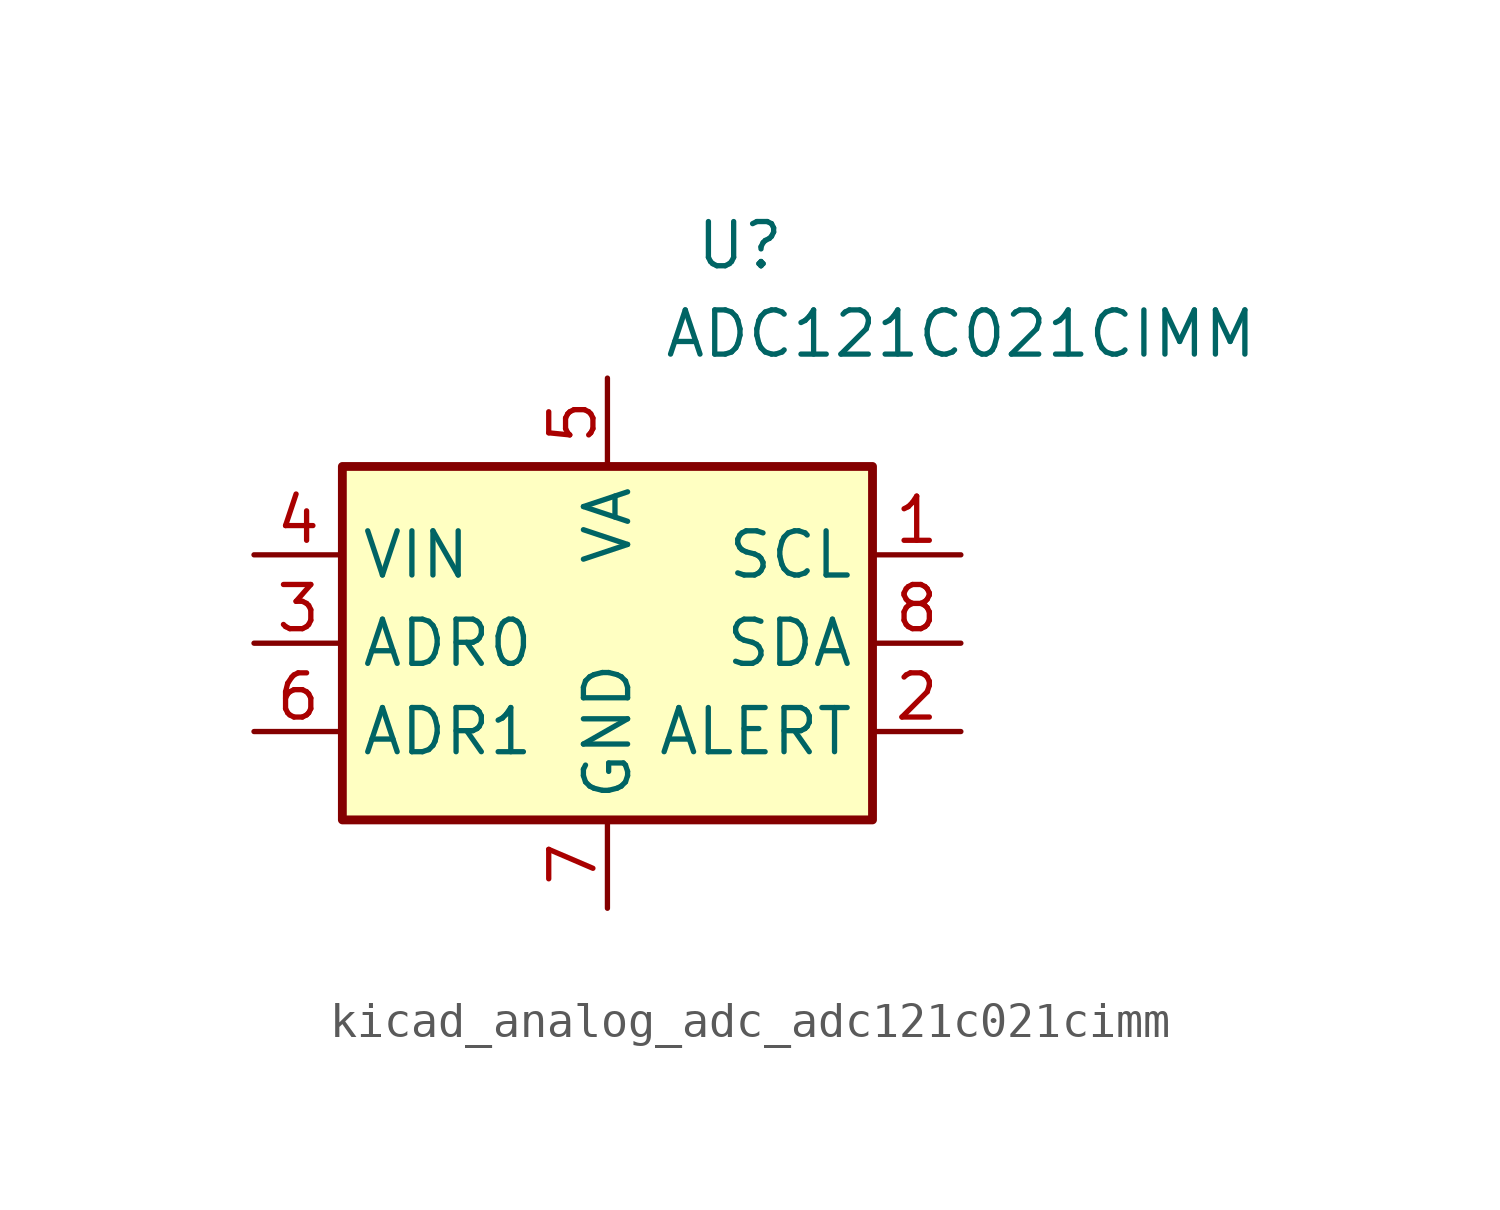
<source format=kicad_sym>
(kicad_symbol_lib
  (version 20220914)
  (generator kicad_symbol_editor)
  (symbol "kicad_analog_adc_adc121c021cimm"
    (property "Reference" "U"
      (at 3.81 11.43 0)
      (effects (font (size 1.27 1.27))))
    (property "Value" "ADC121C021CIMM"
      (at 10.16 8.89 0)
      (effects (font (size 1.27 1.27))))
    (symbol "kicad_analog_adc_adc121c021cimm_0_1"
      (rectangle (start -7.62 5.08) (end 7.62 -5.08) (stroke (width 0.254) (type default)) (fill (type background))))
    (symbol "kicad_analog_adc_adc121c021cimm_1_1"
      (pin input line (at 10.16 2.54 180) (length 2.54) (name "SCL" (effects (font (size 1.27 1.27)))) (number "1" (effects (font (size 1.27 1.27)))))
      (pin open_collector line (at 10.16 -2.54 180) (length 2.54) (name "ALERT" (effects (font (size 1.27 1.27)))) (number "2" (effects (font (size 1.27 1.27)))))
      (pin input line (at -10.16 0 0) (length 2.54) (name "ADR0" (effects (font (size 1.27 1.27)))) (number "3" (effects (font (size 1.27 1.27)))))
      (pin input line (at -10.16 2.54 0) (length 2.54) (name "VIN" (effects (font (size 1.27 1.27)))) (number "4" (effects (font (size 1.27 1.27)))))
      (pin power_in line (at 0 7.62 270) (length 2.54) (name "VA" (effects (font (size 1.27 1.27)))) (number "5" (effects (font (size 1.27 1.27)))))
      (pin input line (at -10.16 -2.54 0) (length 2.54) (name "ADR1" (effects (font (size 1.27 1.27)))) (number "6" (effects (font (size 1.27 1.27)))))
      (pin power_in line (at 0 -7.62 90) (length 2.54) (name "GND" (effects (font (size 1.27 1.27)))) (number "7" (effects (font (size 1.27 1.27)))))
      (pin bidirectional line (at 10.16 0 180) (length 2.54) (name "SDA" (effects (font (size 1.27 1.27)))) (number "8" (effects (font (size 1.27 1.27))))))))
</source>
